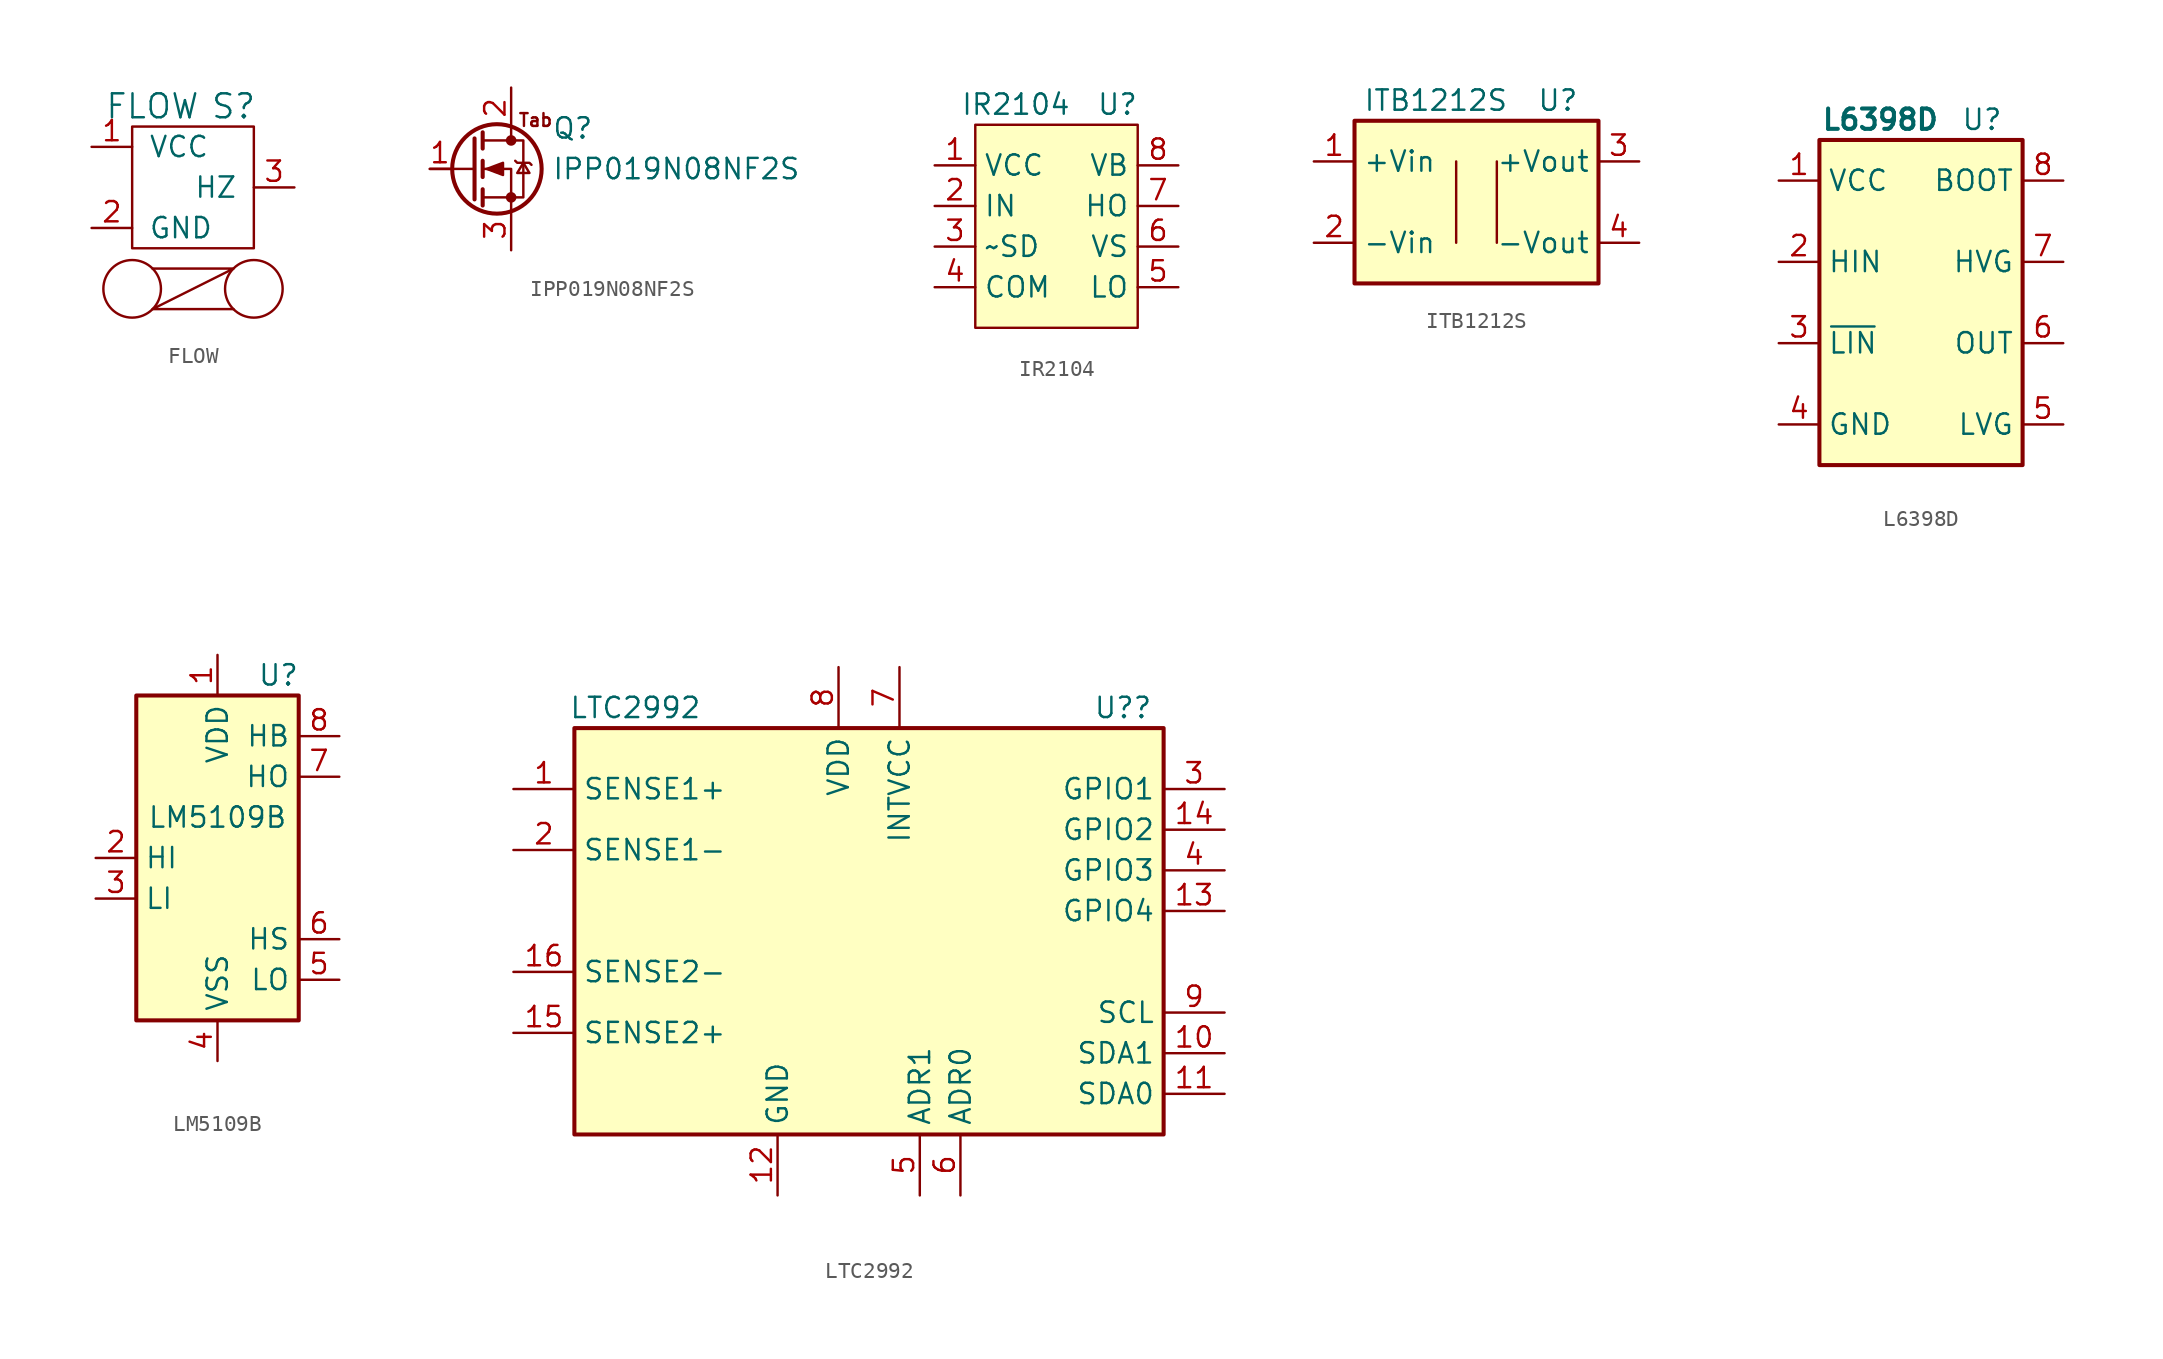
<source format=kicad_sym>
(kicad_symbol_lib
  (version 20211014)
  (generator kicad_symbol_editor)
  (symbol "solarpump:FLOW"
    (pin_names
      (offset 1.016))
    (property "Reference" "S"
      (at 2.54 1.27 0)
      (effects (font (size 1.499 1.499))))
    (property "Value" "FLOW"
      (at -2.54 1.27 0)
      (effects (font (size 1.499 1.499))))
    (symbol "FLOW_0_1"
      (circle (center -3.81 -10.16) (radius 1.803) (stroke (width 0) (type default) (color 0 0 0 0)) (fill (type none)))
      (rectangle (start -3.81 0) (end 3.81 -7.62) (stroke (width 0) (type default) (color 0 0 0 0)) (fill (type none)))
      (polyline (pts (xy -2.54 -8.89) (xy 2.54 -8.89) (xy -2.54 -11.43) (xy 2.54 -11.43)) (stroke (width 0) (type default) (color 0 0 0 0)) (fill (type none)))
      (circle (center 3.81 -10.16) (radius 1.803) (stroke (width 0) (type default) (color 0 0 0 0)) (fill (type none))))
    (symbol "FLOW_1_1"
      (pin power_in line (at -6.35 -1.27 0) (length 2.54) (name "VCC" (effects (font (size 1.27 1.27)))) (number "1" (effects (font (size 1.27 1.27)))))
      (pin passive line (at -6.35 -6.35 0) (length 2.54) (name "GND" (effects (font (size 1.27 1.27)))) (number "2" (effects (font (size 1.27 1.27)))))
      (pin passive line (at 6.35 -3.81 180) (length 2.54) (name "HZ" (effects (font (size 1.27 1.27)))) (number "3" (effects (font (size 1.27 1.27)))))))
  (symbol "solarpump:IPP019N08NF2S"
    (pin_names hide)
    (property "Reference" "Q"
      (at 5.08 2.54 0)
      (effects (font (size 1.27 1.27)) (justify left)))
    (property "Value" "IPP019N08NF2S"
      (at 5.08 0 0)
      (effects (font (size 1.27 1.27)) (justify left)))
    (symbol "IPP019N08NF2S_0_0"
      (text "Tab" (at 4.064 3.048 0) (effects (font (size 0.8 0.8)))))
    (symbol "IPP019N08NF2S_0_1"
      (polyline (pts (xy 0.254 0) (xy -2.54 0)) (stroke (width 0) (type default) (color 0 0 0 0)) (fill (type none)))
      (polyline (pts (xy 0.254 1.905) (xy 0.254 -1.905)) (stroke (width 0.254) (type default) (color 0 0 0 0)) (fill (type none)))
      (polyline (pts (xy 0.762 -1.27) (xy 0.762 -2.286)) (stroke (width 0.254) (type default) (color 0 0 0 0)) (fill (type none)))
      (polyline (pts (xy 0.762 0.508) (xy 0.762 -0.508)) (stroke (width 0.254) (type default) (color 0 0 0 0)) (fill (type none)))
      (polyline (pts (xy 0.762 2.286) (xy 0.762 1.27)) (stroke (width 0.254) (type default) (color 0 0 0 0)) (fill (type none)))
      (polyline (pts (xy 2.54 2.54) (xy 2.54 1.778)) (stroke (width 0) (type default) (color 0 0 0 0)) (fill (type none)))
      (polyline (pts (xy 2.54 -2.54) (xy 2.54 0) (xy 0.762 0)) (stroke (width 0) (type default) (color 0 0 0 0)) (fill (type none)))
      (polyline (pts (xy 0.762 -1.778) (xy 3.302 -1.778) (xy 3.302 1.778) (xy 0.762 1.778)) (stroke (width 0) (type default) (color 0 0 0 0)) (fill (type none)))
      (polyline (pts (xy 1.016 0) (xy 2.032 0.381) (xy 2.032 -0.381) (xy 1.016 0)) (stroke (width 0) (type default) (color 0 0 0 0)) (fill (type outline)))
      (polyline (pts (xy 2.794 0.508) (xy 2.921 0.381) (xy 3.683 0.381) (xy 3.81 0.254)) (stroke (width 0) (type default) (color 0 0 0 0)) (fill (type none)))
      (polyline (pts (xy 3.302 0.381) (xy 2.921 -0.254) (xy 3.683 -0.254) (xy 3.302 0.381)) (stroke (width 0) (type default) (color 0 0 0 0)) (fill (type none)))
      (circle (center 1.651 0) (radius 2.794) (stroke (width 0.254) (type default) (color 0 0 0 0)) (fill (type none)))
      (circle (center 2.54 -1.778) (radius 0.254) (stroke (width 0) (type default) (color 0 0 0 0)) (fill (type outline)))
      (circle (center 2.54 1.778) (radius 0.254) (stroke (width 0) (type default) (color 0 0 0 0)) (fill (type outline))))
    (symbol "IPP019N08NF2S_1_1"
      (pin input line (at -2.54 0 0) (length 1.27) (name "G" (effects (font (size 1.27 1.27)))) (number "1" (effects (font (size 1.27 1.27)))))
      (pin passive line (at 2.54 5.08 270) (length 2.54) (name "D" (effects (font (size 1.27 1.27)))) (number "2" (effects (font (size 1.27 1.27)))))
      (pin passive line (at 2.54 -5.08 90) (length 2.54) (name "S" (effects (font (size 1.27 1.27)))) (number "3" (effects (font (size 1.27 1.27)))))))
  (symbol "solarpump:IR2104"
    (property "Reference" "U"
      (at 3.81 7.62 0)
      (effects (font (size 1.27 1.27))))
    (property "Value" "IR2104"
      (at -2.54 7.62 0)
      (effects (font (size 1.27 1.27))))
    (symbol "IR2104_0_1"
      (rectangle (start -5.08 6.35) (end 5.08 -6.35) (stroke (width 0.152) (type default) (color 0 0 0 0)) (fill (type background))))
    (symbol "IR2104_1_1"
      (pin power_in line (at -7.62 3.81 0) (length 2.54) (name "VCC" (effects (font (size 1.27 1.27)))) (number "1" (effects (font (size 1.27 1.27)))))
      (pin input line (at -7.62 1.27 0) (length 2.54) (name "IN" (effects (font (size 1.27 1.27)))) (number "2" (effects (font (size 1.27 1.27)))))
      (pin input line (at -7.62 -1.27 0) (length 2.54) (name "~SD" (effects (font (size 1.27 1.27)))) (number "3" (effects (font (size 1.27 1.27)))))
      (pin passive line (at -7.62 -3.81 0) (length 2.54) (name "COM" (effects (font (size 1.27 1.27)))) (number "4" (effects (font (size 1.27 1.27)))))
      (pin output line (at 7.62 -3.81 180) (length 2.54) (name "LO" (effects (font (size 1.27 1.27)))) (number "5" (effects (font (size 1.27 1.27)))))
      (pin power_in line (at 7.62 -1.27 180) (length 2.54) (name "VS" (effects (font (size 1.27 1.27)))) (number "6" (effects (font (size 1.27 1.27)))))
      (pin output line (at 7.62 1.27 180) (length 2.54) (name "HO" (effects (font (size 1.27 1.27)))) (number "7" (effects (font (size 1.27 1.27)))))
      (pin power_in line (at 7.62 3.81 180) (length 2.54) (name "VB" (effects (font (size 1.27 1.27)))) (number "8" (effects (font (size 1.27 1.27)))))))
  (symbol "solarpump:ITB1212S"
    (property "Reference" "U"
      (at 5.08 6.35 0)
      (effects (font (size 1.27 1.27))))
    (property "Value" "ITB1212S"
      (at -2.54 6.35 0)
      (effects (font (size 1.27 1.27))))
    (symbol "ITB1212S_0_1"
      (rectangle (start -7.62 5.08) (end 7.62 -5.08) (stroke (width 0.254) (type default) (color 0 0 0 0)) (fill (type background)))
      (polyline (pts (xy -1.27 2.54) (xy -1.27 -2.54)) (stroke (width 0.152) (type default) (color 0 0 0 0)) (fill (type none)))
      (polyline (pts (xy 1.27 2.54) (xy 1.27 -2.54)) (stroke (width 0.152) (type default) (color 0 0 0 0)) (fill (type none))))
    (symbol "ITB1212S_1_1"
      (pin input line (at -10.16 2.54 0) (length 2.54) (name "+Vin" (effects (font (size 1.27 1.27)))) (number "1" (effects (font (size 1.27 1.27)))))
      (pin input line (at -10.16 -2.54 0) (length 2.54) (name "-Vin" (effects (font (size 1.27 1.27)))) (number "2" (effects (font (size 1.27 1.27)))))
      (pin input line (at 10.16 2.54 180) (length 2.54) (name "+Vout" (effects (font (size 1.27 1.27)))) (number "3" (effects (font (size 1.27 1.27)))))
      (pin input line (at 10.16 -2.54 180) (length 2.54) (name "-Vout" (effects (font (size 1.27 1.27)))) (number "4" (effects (font (size 1.27 1.27)))))))
  (symbol "solarpump:L6398D"
    (property "Reference" "U"
      (at 3.81 11.43 0)
      (effects (font (size 1.27 1.27))))
    (property "Value" "L6398D"
      (at -2.54 11.43 0)
      (effects (font (size 1.27 1.27) bold)))
    (symbol "L6398D_0_1"
      (rectangle (start -6.35 10.16) (end 6.35 -10.16) (stroke (width 0.254) (type default) (color 0 0 0 0)) (fill (type background))))
    (symbol "L6398D_1_1"
      (pin power_in line (at -8.89 7.62 0) (length 2.54) (name "VCC" (effects (font (size 1.27 1.27)))) (number "1" (effects (font (size 1.27 1.27)))))
      (pin input line (at -8.89 2.54 0) (length 2.54) (name "HIN" (effects (font (size 1.27 1.27)))) (number "2" (effects (font (size 1.27 1.27)))))
      (pin input line (at -8.89 -2.54 0) (length 2.54) (name "~{LIN}" (effects (font (size 1.27 1.27)))) (number "3" (effects (font (size 1.27 1.27)))))
      (pin power_in line (at -8.89 -7.62 0) (length 2.54) (name "GND" (effects (font (size 1.27 1.27)))) (number "4" (effects (font (size 1.27 1.27)))))
      (pin output line (at 8.89 -7.62 180) (length 2.54) (name "LVG" (effects (font (size 1.27 1.27)))) (number "5" (effects (font (size 1.27 1.27)))))
      (pin passive line (at 8.89 -2.54 180) (length 2.54) (name "OUT" (effects (font (size 1.27 1.27)))) (number "6" (effects (font (size 1.27 1.27)))))
      (pin output line (at 8.89 2.54 180) (length 2.54) (name "HVG" (effects (font (size 1.27 1.27)))) (number "7" (effects (font (size 1.27 1.27)))))
      (pin passive line (at 8.89 7.62 180) (length 2.54) (name "BOOT" (effects (font (size 1.27 1.27)))) (number "8" (effects (font (size 1.27 1.27)))))))
  (symbol "solarpump:LM5109B"
    (property "Reference" "U"
      (at 3.81 11.43 0)
      (effects (font (size 1.27 1.27))))
    (property "Value" "LM5109B"
      (at 0 2.54 0)
      (effects (font (size 1.27 1.27))))
    (symbol "LM5109B_0_1"
      (rectangle (start -5.08 -10.16) (end 5.08 10.16) (stroke (width 0.254) (type default) (color 0 0 0 0)) (fill (type background))))
    (symbol "LM5109B_1_1"
      (pin power_in line (at 0 12.7 270) (length 2.54) (name "VDD" (effects (font (size 1.27 1.27)))) (number "1" (effects (font (size 1.27 1.27)))))
      (pin input line (at -7.62 0 0) (length 2.54) (name "HI" (effects (font (size 1.27 1.27)))) (number "2" (effects (font (size 1.27 1.27)))))
      (pin input line (at -7.62 -2.54 0) (length 2.54) (name "LI" (effects (font (size 1.27 1.27)))) (number "3" (effects (font (size 1.27 1.27)))))
      (pin power_in line (at 0 -12.7 90) (length 2.54) (name "VSS" (effects (font (size 1.27 1.27)))) (number "4" (effects (font (size 1.27 1.27)))))
      (pin output line (at 7.62 -7.62 180) (length 2.54) (name "LO" (effects (font (size 1.27 1.27)))) (number "5" (effects (font (size 1.27 1.27)))))
      (pin passive line (at 7.62 -5.08 180) (length 2.54) (name "HS" (effects (font (size 1.27 1.27)))) (number "6" (effects (font (size 1.27 1.27)))))
      (pin output line (at 7.62 5.08 180) (length 2.54) (name "HO" (effects (font (size 1.27 1.27)))) (number "7" (effects (font (size 1.27 1.27)))))
      (pin passive line (at 7.62 7.62 180) (length 2.54) (name "HB" (effects (font (size 1.27 1.27)))) (number "8" (effects (font (size 1.27 1.27)))))))
  (symbol "solarpump:LTC2992"
    (property "Reference" "U?"
      (at 16.51 12.7 0)
      (effects (font (size 1.27 1.27))))
    (property "Value" "LTC2992"
      (at -13.97 12.7 0)
      (effects (font (size 1.27 1.27))))
    (symbol "LTC2992_0_1"
      (rectangle (start -17.78 11.43) (end 19.05 -13.97) (stroke (width 0.254) (type default) (color 0 0 0 0)) (fill (type background))))
    (symbol "LTC2992_1_1"
      (pin passive line (at -21.59 7.62 0) (length 3.81) (name "SENSE1+" (effects (font (size 1.27 1.27)))) (number "1" (effects (font (size 1.27 1.27)))))
      (pin bidirectional line (at 22.86 -8.89 180) (length 3.81) (name "SDA1" (effects (font (size 1.27 1.27)))) (number "10" (effects (font (size 1.27 1.27)))))
      (pin bidirectional line (at 22.86 -11.43 180) (length 3.81) (name "SDA0" (effects (font (size 1.27 1.27)))) (number "11" (effects (font (size 1.27 1.27)))))
      (pin power_in line (at -5.08 -17.78 90) (length 3.81) (name "GND" (effects (font (size 1.27 1.27)))) (number "12" (effects (font (size 1.27 1.27)))))
      (pin bidirectional line (at 22.86 0 180) (length 3.81) (name "GPIO4" (effects (font (size 1.27 1.27)))) (number "13" (effects (font (size 1.27 1.27)))))
      (pin bidirectional line (at 22.86 5.08 180) (length 3.81) (name "GPIO2" (effects (font (size 1.27 1.27)))) (number "14" (effects (font (size 1.27 1.27)))))
      (pin passive line (at -21.59 -7.62 0) (length 3.81) (name "SENSE2+" (effects (font (size 1.27 1.27)))) (number "15" (effects (font (size 1.27 1.27)))))
      (pin passive line (at -21.59 -3.81 0) (length 3.81) (name "SENSE2-" (effects (font (size 1.27 1.27)))) (number "16" (effects (font (size 1.27 1.27)))))
      (pin passive line (at -21.59 3.81 0) (length 3.81) (name "SENSE1-" (effects (font (size 1.27 1.27)))) (number "2" (effects (font (size 1.27 1.27)))))
      (pin input line (at 22.86 7.62 180) (length 3.81) (name "GPIO1" (effects (font (size 1.27 1.27)))) (number "3" (effects (font (size 1.27 1.27)))))
      (pin input line (at 22.86 2.54 180) (length 3.81) (name "GPIO3" (effects (font (size 1.27 1.27)))) (number "4" (effects (font (size 1.27 1.27)))))
      (pin input line (at 3.81 -17.78 90) (length 3.81) (name "ADR1" (effects (font (size 1.27 1.27)))) (number "5" (effects (font (size 1.27 1.27)))))
      (pin input line (at 6.35 -17.78 90) (length 3.81) (name "ADR0" (effects (font (size 1.27 1.27)))) (number "6" (effects (font (size 1.27 1.27)))))
      (pin power_in line (at 2.54 15.24 270) (length 3.81) (name "INTVCC" (effects (font (size 1.27 1.27)))) (number "7" (effects (font (size 1.27 1.27)))))
      (pin power_in line (at -1.27 15.24 270) (length 3.81) (name "VDD" (effects (font (size 1.27 1.27)))) (number "8" (effects (font (size 1.27 1.27)))))
      (pin input line (at 22.86 -6.35 180) (length 3.81) (name "SCL" (effects (font (size 1.27 1.27)))) (number "9" (effects (font (size 1.27 1.27))))))))
</source>
